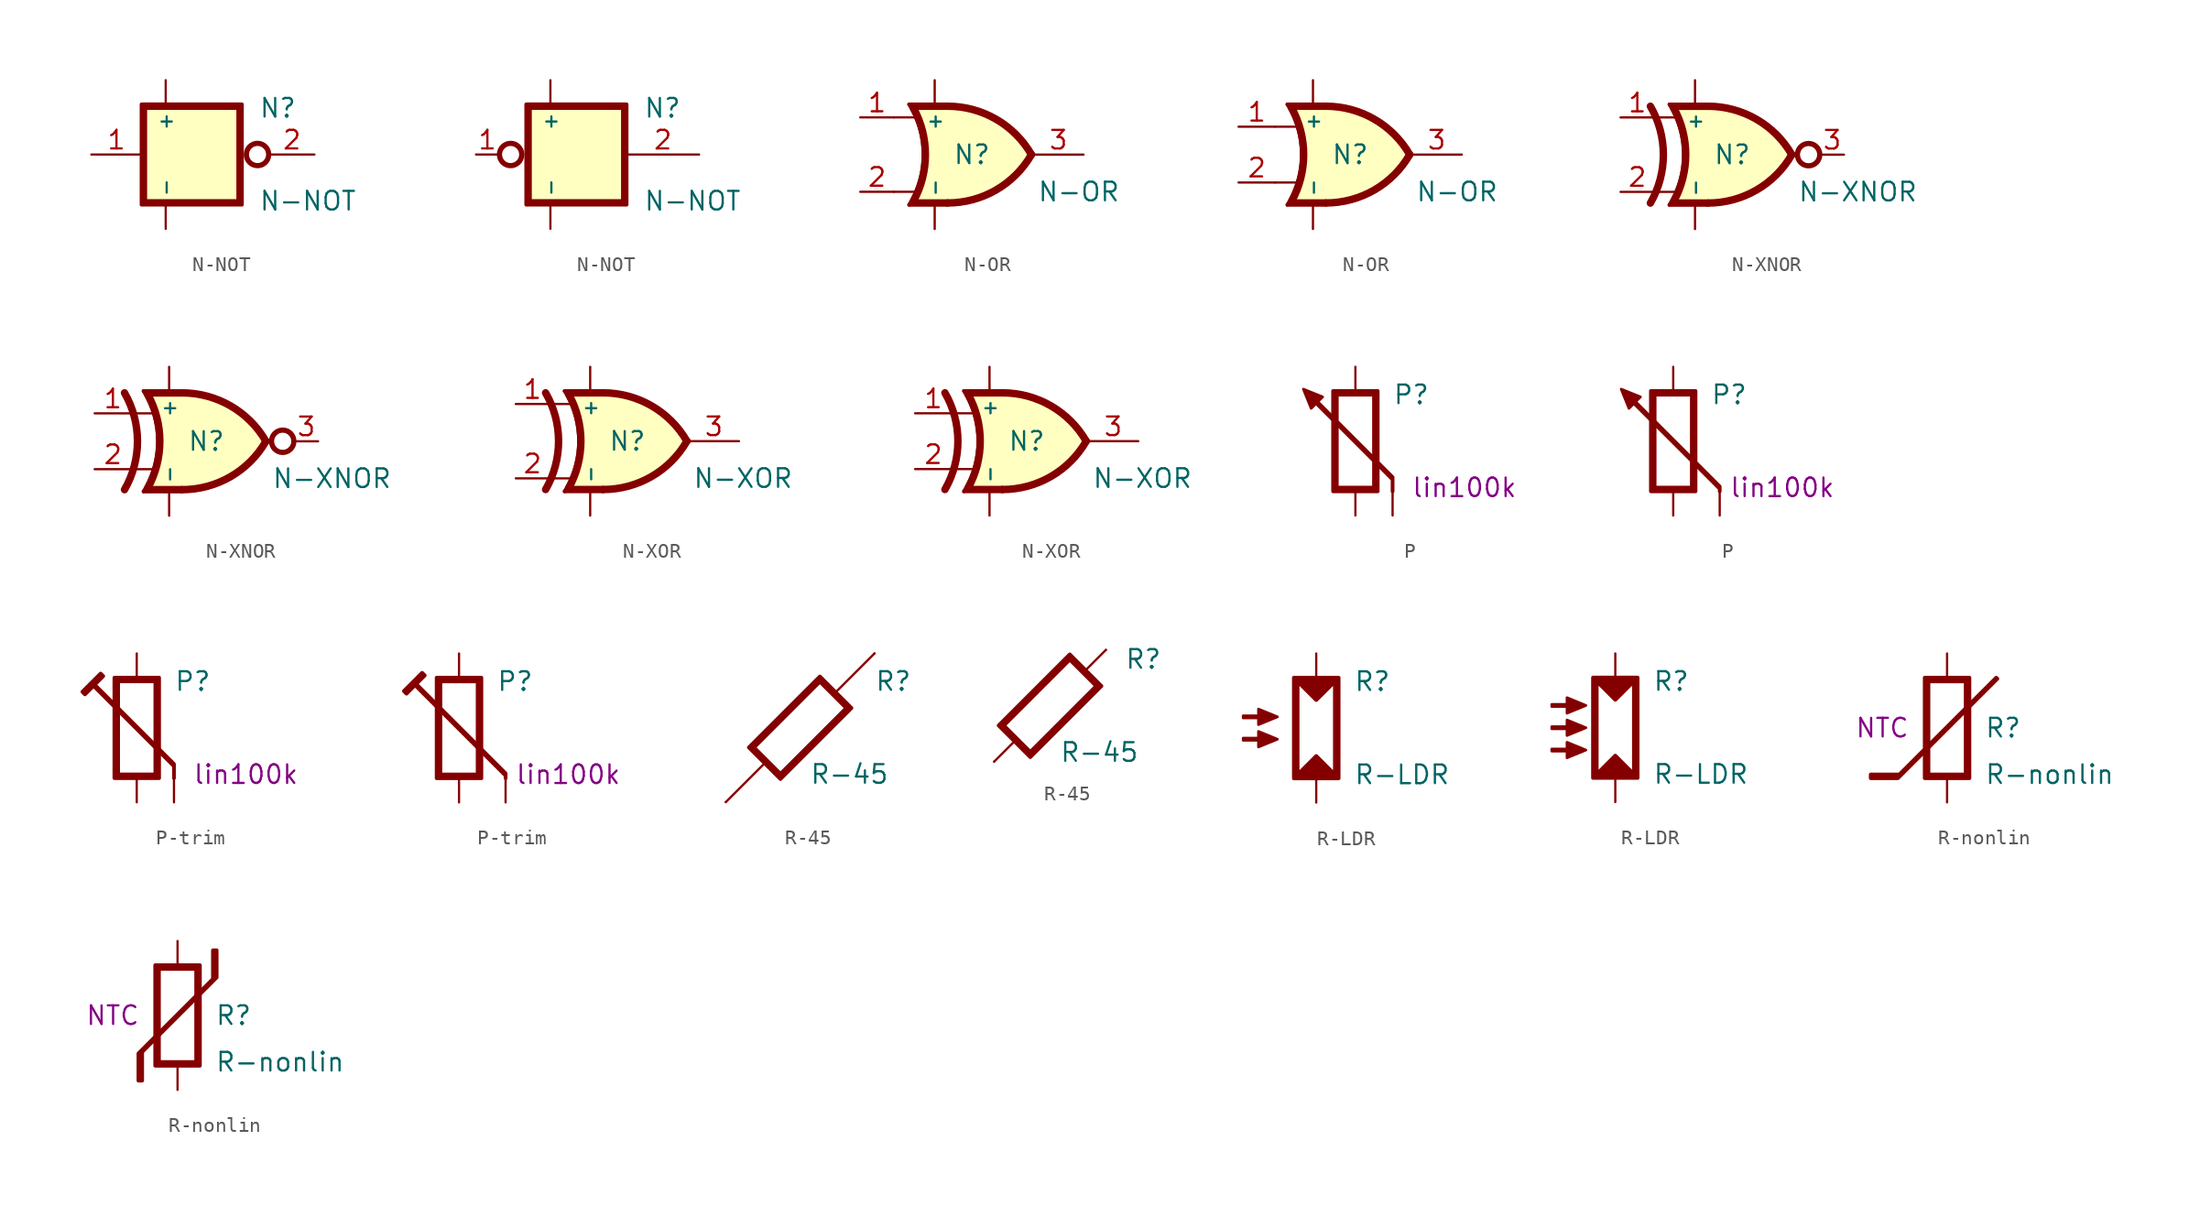
<source format=kicad_sym>
(kicad_symbol_lib
  (version 20211014)
  (generator kicad_symbol_editor)
  (symbol "N-NOT"
    (property "Reference" "N"
      (at 3.81 3.175 0)
      (effects (font (size 1.27 1.27)) (justify left)))
    (property "Value" "N-NOT"
      (at 3.81 -3.175 0)
      (effects (font (size 1.27 1.27)) (justify left)))
    (symbol "N-NOT_1_0"
      (rectangle (start -4.064 3.302) (end 2.54 -3.302) (stroke (width -0.051) (type default) (color 0 0 0 0)) (fill (type background)))
      (polyline (pts (xy -4.191 -3.429) (xy 2.667 -3.429) (xy 2.667 3.429) (xy -4.191 3.429) (xy -4.191 -3.429) (xy -3.937 -3.175) (xy -3.937 3.175) (xy 2.413 3.175) (xy 2.413 -3.175) (xy -3.937 -3.175) (xy -4.191 -3.429)) (stroke (width 0.254) (type default) (color 0 0 0 0)) (fill (type outline)))
      (pin power_in line (at -2.54 5.08 270) (length 1.651) (name "+" (effects (font (size 0.914 0.914)))) (number "3" (effects (font (size 0 0)))))
      (pin power_in line (at -2.54 -5.08 90) (length 1.651) (name "-" (effects (font (size 0.914 0.914)))) (number "4" (effects (font (size 0 0))))))
    (symbol "N-NOT_1_1"
      (circle (center 3.734 0) (radius 0.762) (stroke (width 0.356) (type default) (color 0 0 0 0)) (fill (type none)))
      (pin input line (at -7.62 0 0) (length 3.429) (name "A" (effects (font (size 0 0)))) (number "1" (effects (font (size 1.27 1.27)))))
      (pin output line (at 7.62 0 180) (length 3.073) (name "Y" (effects (font (size 0 0)))) (number "2" (effects (font (size 1.27 1.27))))))
    (symbol "N-NOT_1_2"
      (circle (center -5.258 0) (radius 0.762) (stroke (width 0.356) (type default) (color 0 0 0 0)) (fill (type none)))
      (pin input line (at -7.62 0 0) (length 1.549) (name "A" (effects (font (size 0 0)))) (number "1" (effects (font (size 1.27 1.27)))))
      (pin output line (at 7.62 0 180) (length 4.953) (name "Y" (effects (font (size 0 0)))) (number "2" (effects (font (size 1.27 1.27)))))))
  (symbol "N-OR"
    (property "Reference" "N"
      (at 0 0 0)
      (effects (font (size 1.27 1.27))))
    (property "Value" "N-OR"
      (at 4.445 -2.54 0)
      (effects (font (size 1.27 1.27)) (justify left)))
    (symbol "N-OR_1_0"
      (arc (start -4.2841 -3.429) (mid -3.302 0) (end -4.2841 3.429) (stroke (width 0.254) (type default) (color 0 0 0 0)) (fill (type none)))
      (arc (start -4.003 -3.2017) (mid -3.175 0) (end -4.003 3.2017) (stroke (width 0.508) (type default) (color 0 0 0 0)) (fill (type none)))
      (arc (start -1.6552 -3.302) (mid 1.6468 -2.4172) (end 4.064 0) (stroke (width 0.508) (type default) (color 0 0 0 0)) (fill (type background)))
      (polyline (pts (xy -4.284 -3.429) (xy -1.655 -3.429) (xy -1.655 -3.175) (xy -4.013 -3.175) (xy -4.284 -3.429)) (stroke (width 0.254) (type default) (color 0 0 0 0)) (fill (type outline)))
      (polyline (pts (xy -4.284 3.429) (xy -1.655 3.429) (xy -1.655 3.175) (xy -4.013 3.175) (xy -4.284 3.429)) (stroke (width 0.254) (type default) (color 0 0 0 0)) (fill (type outline)))
      (polyline (pts (xy -1.626 3.302) (xy -4.064 3.302) (xy -3.683 2.54) (xy -3.302 1.27) (xy -3.175 0) (xy -3.302 -1.27) (xy -3.683 -2.54) (xy -4.064 -3.302) (xy -1.626 -3.302) (xy -1.626 3.302)) (stroke (width -0.051) (type default) (color 0 0 0 0)) (fill (type background)))
      (arc (start 4.064 0) (mid 1.6468 2.4172) (end -1.6552 3.302) (stroke (width 0.508) (type default) (color 0 0 0 0)) (fill (type background)))
      (pin output line (at 7.62 0 180) (length 3.429) (name "Y" (effects (font (size 0 0)))) (number "3" (effects (font (size 1.27 1.27)))))
      (pin power_in line (at -2.54 5.08 270) (length 1.651) (name "+" (effects (font (size 0.914 0.914)))) (number "4" (effects (font (size 0 0)))))
      (pin power_in line (at -2.54 -5.08 90) (length 1.651) (name "-" (effects (font (size 0.914 0.914)))) (number "5" (effects (font (size 0 0))))))
    (symbol "N-OR_1_1"
      (polyline (pts (xy -5.334 -2.54) (xy -3.81 -2.54)) (stroke (width 0) (type default) (color 0 0 0 0)) (fill (type none)))
      (polyline (pts (xy -5.334 2.54) (xy -3.81 2.54)) (stroke (width 0) (type default) (color 0 0 0 0)) (fill (type none)))
      (pin input line (at -7.62 2.54 0) (length 2.286) (name "A" (effects (font (size 0 0)))) (number "1" (effects (font (size 1.27 1.27)))))
      (pin input line (at -7.62 -2.54 0) (length 2.286) (name "B" (effects (font (size 0 0)))) (number "2" (effects (font (size 1.27 1.27))))))
    (symbol "N-OR_1_2"
      (polyline (pts (xy -5.131 -1.905) (xy -3.607 -1.905)) (stroke (width 0) (type default) (color 0 0 0 0)) (fill (type none)))
      (polyline (pts (xy -5.131 1.905) (xy -3.607 1.905)) (stroke (width 0) (type default) (color 0 0 0 0)) (fill (type none)))
      (pin input line (at -7.62 1.905 0) (length 2.489) (name "A" (effects (font (size 0 0)))) (number "1" (effects (font (size 1.27 1.27)))))
      (pin input line (at -7.62 -1.905 0) (length 2.489) (name "B" (effects (font (size 0 0)))) (number "2" (effects (font (size 1.27 1.27)))))))
  (symbol "N-XNOR"
    (property "Reference" "N"
      (at 0 0 0)
      (effects (font (size 1.27 1.27))))
    (property "Value" "N-XNOR"
      (at 4.445 -2.54 0)
      (effects (font (size 1.27 1.27)) (justify left)))
    (symbol "N-XNOR_1_0"
      (arc (start -5.5838 -3.302) (mid -4.699 0) (end -5.5838 3.302) (stroke (width 0.508) (type default) (color 0 0 0 0)) (fill (type none)))
      (arc (start -4.2841 -3.429) (mid -3.302 0) (end -4.2841 3.429) (stroke (width 0.254) (type default) (color 0 0 0 0)) (fill (type none)))
      (arc (start -4.003 -3.2017) (mid -3.175 0) (end -4.003 3.2017) (stroke (width 0.508) (type default) (color 0 0 0 0)) (fill (type none)))
      (arc (start -1.6552 -3.302) (mid 1.6468 -2.4172) (end 4.064 0) (stroke (width 0.508) (type default) (color 0 0 0 0)) (fill (type background)))
      (polyline (pts (xy -4.284 -3.429) (xy -1.655 -3.429) (xy -1.655 -3.175) (xy -4.013 -3.175) (xy -4.284 -3.429)) (stroke (width 0.254) (type default) (color 0 0 0 0)) (fill (type outline)))
      (polyline (pts (xy -4.284 3.429) (xy -1.655 3.429) (xy -1.655 3.175) (xy -4.013 3.175) (xy -4.284 3.429)) (stroke (width 0.254) (type default) (color 0 0 0 0)) (fill (type outline)))
      (polyline (pts (xy -1.626 3.302) (xy -4.064 3.302) (xy -3.683 2.54) (xy -3.302 1.27) (xy -3.175 0) (xy -3.302 -1.27) (xy -3.683 -2.54) (xy -4.064 -3.302) (xy -1.626 -3.302) (xy -1.626 3.302)) (stroke (width -0.051) (type default) (color 0 0 0 0)) (fill (type background)))
      (arc (start 4.064 0) (mid 1.6468 2.4172) (end -1.6552 3.302) (stroke (width 0.508) (type default) (color 0 0 0 0)) (fill (type background)))
      (circle (center 5.207 0) (radius 0.762) (stroke (width 0.356) (type default) (color 0 0 0 0)) (fill (type none)))
      (pin output line (at 7.62 0 180) (length 1.6) (name "Y" (effects (font (size 0 0)))) (number "3" (effects (font (size 1.27 1.27)))))
      (pin power_in line (at -2.54 5.08 270) (length 1.651) (name "+" (effects (font (size 0.914 0.914)))) (number "4" (effects (font (size 0 0)))))
      (pin power_in line (at -2.54 -5.08 90) (length 1.651) (name "-" (effects (font (size 0.914 0.914)))) (number "5" (effects (font (size 0 0))))))
    (symbol "N-XNOR_1_1"
      (polyline (pts (xy -5.334 -2.54) (xy -3.81 -2.54)) (stroke (width 0) (type default) (color 0 0 0 0)) (fill (type none)))
      (polyline (pts (xy -5.334 2.54) (xy -3.81 2.54)) (stroke (width 0) (type default) (color 0 0 0 0)) (fill (type none)))
      (pin input line (at -7.62 2.54 0) (length 2.286) (name "A" (effects (font (size 0 0)))) (number "1" (effects (font (size 1.27 1.27)))))
      (pin input line (at -7.62 -2.54 0) (length 2.286) (name "B" (effects (font (size 0 0)))) (number "2" (effects (font (size 1.27 1.27))))))
    (symbol "N-XNOR_1_2"
      (polyline (pts (xy -5.131 -1.905) (xy -3.607 -1.905)) (stroke (width 0) (type default) (color 0 0 0 0)) (fill (type none)))
      (polyline (pts (xy -5.131 1.905) (xy -3.607 1.905)) (stroke (width 0) (type default) (color 0 0 0 0)) (fill (type none)))
      (pin input line (at -7.62 1.905 0) (length 2.489) (name "A" (effects (font (size 0 0)))) (number "1" (effects (font (size 1.27 1.27)))))
      (pin input line (at -7.62 -1.905 0) (length 2.489) (name "B" (effects (font (size 0 0)))) (number "2" (effects (font (size 1.27 1.27)))))))
  (symbol "N-XOR"
    (property "Reference" "N"
      (at 0 0 0)
      (effects (font (size 1.27 1.27))))
    (property "Value" "N-XOR"
      (at 4.445 -2.54 0)
      (effects (font (size 1.27 1.27)) (justify left)))
    (symbol "N-XOR_1_0"
      (arc (start -5.5838 -3.302) (mid -4.699 0) (end -5.5838 3.302) (stroke (width 0.508) (type default) (color 0 0 0 0)) (fill (type none)))
      (arc (start -4.2841 -3.429) (mid -3.302 0) (end -4.2841 3.429) (stroke (width 0.254) (type default) (color 0 0 0 0)) (fill (type none)))
      (arc (start -4.003 -3.2017) (mid -3.175 0) (end -4.003 3.2017) (stroke (width 0.508) (type default) (color 0 0 0 0)) (fill (type none)))
      (arc (start -1.6552 -3.302) (mid 1.6468 -2.4172) (end 4.064 0) (stroke (width 0.508) (type default) (color 0 0 0 0)) (fill (type background)))
      (polyline (pts (xy -4.284 -3.429) (xy -1.655 -3.429) (xy -1.655 -3.175) (xy -4.013 -3.175) (xy -4.284 -3.429)) (stroke (width 0.254) (type default) (color 0 0 0 0)) (fill (type outline)))
      (polyline (pts (xy -4.284 3.429) (xy -1.655 3.429) (xy -1.655 3.175) (xy -4.013 3.175) (xy -4.284 3.429)) (stroke (width 0.254) (type default) (color 0 0 0 0)) (fill (type outline)))
      (polyline (pts (xy -1.626 3.302) (xy -4.064 3.302) (xy -3.683 2.54) (xy -3.302 1.27) (xy -3.175 0) (xy -3.302 -1.27) (xy -3.683 -2.54) (xy -4.064 -3.302) (xy -1.626 -3.302) (xy -1.626 3.302)) (stroke (width -0.051) (type default) (color 0 0 0 0)) (fill (type background)))
      (arc (start 4.064 0) (mid 1.6468 2.4172) (end -1.6552 3.302) (stroke (width 0.508) (type default) (color 0 0 0 0)) (fill (type background)))
      (pin output line (at 7.62 0 180) (length 3.429) (name "Y" (effects (font (size 0 0)))) (number "3" (effects (font (size 1.27 1.27)))))
      (pin power_in line (at -2.54 5.08 270) (length 1.651) (name "+" (effects (font (size 0.914 0.914)))) (number "4" (effects (font (size 0 0)))))
      (pin power_in line (at -2.54 -5.08 90) (length 1.651) (name "-" (effects (font (size 0.914 0.914)))) (number "5" (effects (font (size 0 0))))))
    (symbol "N-XOR_1_1"
      (polyline (pts (xy -5.334 -2.54) (xy -3.81 -2.54)) (stroke (width 0) (type default) (color 0 0 0 0)) (fill (type none)))
      (polyline (pts (xy -5.334 2.54) (xy -3.81 2.54)) (stroke (width 0) (type default) (color 0 0 0 0)) (fill (type none)))
      (pin input line (at -7.62 2.54 0) (length 2.286) (name "A" (effects (font (size 0 0)))) (number "1" (effects (font (size 1.27 1.27)))))
      (pin input line (at -7.62 -2.54 0) (length 2.286) (name "B" (effects (font (size 0 0)))) (number "2" (effects (font (size 1.27 1.27))))))
    (symbol "N-XOR_1_2"
      (polyline (pts (xy -5.131 -1.905) (xy -3.607 -1.905)) (stroke (width 0) (type default) (color 0 0 0 0)) (fill (type none)))
      (polyline (pts (xy -5.131 1.905) (xy -3.607 1.905)) (stroke (width 0) (type default) (color 0 0 0 0)) (fill (type none)))
      (pin input line (at -7.62 1.905 0) (length 2.489) (name "A" (effects (font (size 0 0)))) (number "1" (effects (font (size 1.27 1.27)))))
      (pin input line (at -7.62 -1.905 0) (length 2.489) (name "B" (effects (font (size 0 0)))) (number "2" (effects (font (size 1.27 1.27)))))))
  (symbol "P"
    (pin_numbers hide)
    (pin_names
      (offset 0) hide)
    (property "Reference" "P"
      (at 2.54 3.175 0)
      (effects (font (size 1.27 1.27)) (justify left)))
    (property "Spice_Model" "lin100k"
      (at 3.81 -3.175 0)
      (effects (font (size 1.27 1.27)) (justify left)))
    (symbol "P_1_1"
      (polyline (pts (xy -3.556 3.556) (xy -2.235 3.023) (xy -3.023 2.235) (xy -3.556 3.556)) (stroke (width 0.178) (type default) (color 0 0 0 0)) (fill (type outline)))
      (polyline (pts (xy 2.54 -2.616) (xy -2.946 2.87) (xy -2.87 2.946) (xy 2.54 -2.464) (xy 2.54 -3.429)) (stroke (width 0.254) (type default) (color 0 0 0 0)) (fill (type outline)))
      (polyline (pts (xy -1.524 -3.429) (xy 1.524 -3.429) (xy 1.524 3.429) (xy -1.524 3.429) (xy -1.524 -3.429) (xy -1.27 -3.175) (xy -1.27 3.175) (xy 1.27 3.175) (xy 1.27 -3.175) (xy -1.27 -3.175) (xy -1.524 -3.429)) (stroke (width 0.254) (type default) (color 0 0 0 0)) (fill (type outline)))
      (pin passive line (at 0 -5.08 90) (length 1.651) (name "a" (effects (font (size 1.27 1.27)))) (number "1" (effects (font (size 1.27 1.27)))))
      (pin passive line (at 2.54 -5.08 90) (length 1.651) (name "b" (effects (font (size 1.27 1.27)))) (number "2" (effects (font (size 1.27 1.27)))))
      (pin passive line (at 0 5.08 270) (length 1.651) (name "c" (effects (font (size 1.27 1.27)))) (number "3" (effects (font (size 1.27 1.27))))))
    (symbol "P_1_2"
      (polyline (pts (xy -3.556 3.556) (xy -2.235 3.023) (xy -3.023 2.235) (xy -3.556 3.556)) (stroke (width 0.178) (type default) (color 0 0 0 0)) (fill (type outline)))
      (polyline (pts (xy 3.175 -3.251) (xy -2.997 2.921) (xy -2.921 2.997) (xy 3.175 -3.099) (xy 3.175 -3.429)) (stroke (width 0.254) (type default) (color 0 0 0 0)) (fill (type outline)))
      (polyline (pts (xy -1.524 -3.429) (xy 1.524 -3.429) (xy 1.524 3.429) (xy -1.524 3.429) (xy -1.524 -3.429) (xy -1.27 -3.175) (xy -1.27 3.175) (xy 1.27 3.175) (xy 1.27 -3.175) (xy -1.27 -3.175) (xy -1.524 -3.429)) (stroke (width 0.254) (type default) (color 0 0 0 0)) (fill (type outline)))
      (pin passive line (at 0 -5.08 90) (length 1.651) (name "a" (effects (font (size 1.27 1.27)))) (number "1" (effects (font (size 1.27 1.27)))))
      (pin passive line (at 3.175 -5.08 90) (length 1.651) (name "b" (effects (font (size 1.27 1.27)))) (number "2" (effects (font (size 1.27 1.27)))))
      (pin passive line (at 0 5.08 270) (length 1.651) (name "c" (effects (font (size 1.27 1.27)))) (number "3" (effects (font (size 1.27 1.27)))))))
  (symbol "P-trim"
    (pin_numbers hide)
    (pin_names
      (offset 0) hide)
    (property "Reference" "P"
      (at 2.54 3.175 0)
      (effects (font (size 1.27 1.27)) (justify left)))
    (property "Spice_Model" "lin100k"
      (at 3.81 -3.175 0)
      (effects (font (size 1.27 1.27)) (justify left)))
    (symbol "P-trim_1_1"
      (polyline (pts (xy 2.54 -2.616) (xy -2.946 2.87) (xy -3.531 2.286) (xy -3.708 2.464) (xy -2.464 3.708) (xy -2.286 3.531) (xy -2.87 2.946) (xy 2.54 -2.464) (xy 2.54 -3.429)) (stroke (width 0.254) (type default) (color 0 0 0 0)) (fill (type outline)))
      (polyline (pts (xy -1.524 -3.429) (xy 1.524 -3.429) (xy 1.524 3.429) (xy -1.524 3.429) (xy -1.524 -3.429) (xy -1.27 -3.175) (xy -1.27 3.175) (xy 1.27 3.175) (xy 1.27 -3.175) (xy -1.27 -3.175) (xy -1.524 -3.429)) (stroke (width 0.254) (type default) (color 0 0 0 0)) (fill (type outline)))
      (pin passive line (at 0 -5.08 90) (length 1.651) (name "a" (effects (font (size 1.27 1.27)))) (number "1" (effects (font (size 1.27 1.27)))))
      (pin passive line (at 2.54 -5.08 90) (length 1.651) (name "b" (effects (font (size 1.27 1.27)))) (number "2" (effects (font (size 1.27 1.27)))))
      (pin passive line (at 0 5.08 270) (length 1.651) (name "c" (effects (font (size 1.27 1.27)))) (number "3" (effects (font (size 1.27 1.27))))))
    (symbol "P-trim_1_2"
      (polyline (pts (xy 3.175 -3.251) (xy -2.997 2.921) (xy -3.581 2.337) (xy -3.759 2.515) (xy -2.515 3.759) (xy -2.337 3.581) (xy -2.921 2.997) (xy 3.175 -3.099) (xy 3.175 -3.429)) (stroke (width 0.254) (type default) (color 0 0 0 0)) (fill (type outline)))
      (polyline (pts (xy -1.524 -3.429) (xy 1.524 -3.429) (xy 1.524 3.429) (xy -1.524 3.429) (xy -1.524 -3.429) (xy -1.27 -3.175) (xy -1.27 3.175) (xy 1.27 3.175) (xy 1.27 -3.175) (xy -1.27 -3.175) (xy -1.524 -3.429)) (stroke (width 0.254) (type default) (color 0 0 0 0)) (fill (type outline)))
      (pin passive line (at 0 -5.08 90) (length 1.651) (name "a" (effects (font (size 1.27 1.27)))) (number "1" (effects (font (size 1.27 1.27)))))
      (pin passive line (at 3.175 -5.08 90) (length 1.651) (name "b" (effects (font (size 1.27 1.27)))) (number "2" (effects (font (size 1.27 1.27)))))
      (pin passive line (at 0 5.08 270) (length 1.651) (name "c" (effects (font (size 1.27 1.27)))) (number "3" (effects (font (size 1.27 1.27)))))))
  (symbol "R-45"
    (pin_numbers hide)
    (pin_names
      (offset 0) hide)
    (property "Reference" "R"
      (at 5.08 3.175 0)
      (effects (font (size 1.27 1.27)) (justify left)))
    (property "Value" "R-45"
      (at 0.635 -3.175 0)
      (effects (font (size 1.27 1.27)) (justify left)))
    (symbol "R-45_1_0"
      (polyline (pts (xy -1.346 -3.505) (xy -3.505 -1.346) (xy 1.346 3.505) (xy 3.505 1.346) (xy -1.346 -3.505) (xy -1.346 -3.15) (xy 3.15 1.346) (xy 1.346 3.15) (xy -3.15 -1.346) (xy -1.346 -3.15) (xy -1.346 -3.505)) (stroke (width 0.254) (type default) (color 0 0 0 0)) (fill (type outline))))
    (symbol "R-45_1_1"
      (polyline (pts (xy -2.438 -2.438) (xy -5.08 -5.08)) (stroke (width 0) (type default) (color 0 0 0 0)) (fill (type none)))
      (polyline (pts (xy 5.08 5.08) (xy 2.438 2.438)) (stroke (width 0) (type default) (color 0 0 0 0)) (fill (type none)))
      (pin passive line (at 5.08 5.08 270) (length 0) (name "+" (effects (font (size 1.27 1.27)))) (number "1" (effects (font (size 1.27 1.27)))))
      (pin passive line (at -5.08 -5.08 90) (length 0) (name "-" (effects (font (size 1.27 1.27)))) (number "2" (effects (font (size 1.27 1.27))))))
    (symbol "R-45_1_2"
      (polyline (pts (xy -2.438 -2.438) (xy -3.81 -3.81)) (stroke (width 0) (type default) (color 0 0 0 0)) (fill (type none)))
      (polyline (pts (xy 3.81 3.81) (xy 2.438 2.438)) (stroke (width 0) (type default) (color 0 0 0 0)) (fill (type none)))
      (pin passive line (at 3.81 3.81 270) (length 0) (name "+" (effects (font (size 1.27 1.27)))) (number "1" (effects (font (size 1.27 1.27)))))
      (pin passive line (at -3.81 -3.81 90) (length 0) (name "-" (effects (font (size 1.27 1.27)))) (number "2" (effects (font (size 1.27 1.27)))))))
  (symbol "R-LDR"
    (pin_numbers hide)
    (pin_names
      (offset 0) hide)
    (property "Reference" "R"
      (at 2.54 3.175 0)
      (effects (font (size 1.27 1.27)) (justify left)))
    (property "Value" "R-LDR"
      (at 2.54 -3.175 0)
      (effects (font (size 1.27 1.27)) (justify left)))
    (symbol "R-LDR_1_0"
      (polyline (pts (xy -1.524 -3.429) (xy 1.524 -3.429) (xy 1.524 3.429) (xy -1.524 3.429) (xy -1.524 -3.429) (xy -1.27 -3.175) (xy -1.27 3.175) (xy 0 1.905) (xy 1.27 3.175) (xy 1.27 -3.175) (xy 0 -1.905) (xy -1.27 -3.175) (xy -1.524 -3.429)) (stroke (width 0.254) (type default) (color 0 0 0 0)) (fill (type outline)))
      (pin passive line (at 0 5.08 270) (length 1.651) (name "+" (effects (font (size 1.27 1.27)))) (number "1" (effects (font (size 1.27 1.27)))))
      (pin passive line (at 0 -5.08 90) (length 1.651) (name "-" (effects (font (size 1.27 1.27)))) (number "2" (effects (font (size 1.27 1.27))))))
    (symbol "R-LDR_1_1"
      (polyline (pts (xy -2.642 -0.762) (xy -3.937 -0.229) (xy -3.937 -0.686) (xy -4.978 -0.686) (xy -4.978 -0.838) (xy -3.937 -0.838) (xy -3.937 -1.295) (xy -2.642 -0.762)) (stroke (width 0.178) (type default) (color 0 0 0 0)) (fill (type outline)))
      (polyline (pts (xy -2.642 0.762) (xy -3.937 1.295) (xy -3.937 0.838) (xy -4.978 0.838) (xy -4.978 0.686) (xy -3.937 0.686) (xy -3.937 0.229) (xy -2.642 0.762)) (stroke (width 0.178) (type default) (color 0 0 0 0)) (fill (type outline))))
    (symbol "R-LDR_1_2"
      (polyline (pts (xy -2.007 -1.524) (xy -3.302 -0.991) (xy -3.302 -1.448) (xy -4.343 -1.448) (xy -4.343 -1.6) (xy -3.302 -1.6) (xy -3.302 -2.057) (xy -2.007 -1.524)) (stroke (width 0.178) (type default) (color 0 0 0 0)) (fill (type outline)))
      (polyline (pts (xy -2.007 0) (xy -3.302 0.533) (xy -3.302 0.076) (xy -4.343 0.076) (xy -4.343 -0.076) (xy -3.302 -0.076) (xy -3.302 -0.533) (xy -2.007 0)) (stroke (width 0.178) (type default) (color 0 0 0 0)) (fill (type outline)))
      (polyline (pts (xy -2.007 1.524) (xy -3.302 2.057) (xy -3.302 1.6) (xy -4.343 1.6) (xy -4.343 1.448) (xy -3.302 1.448) (xy -3.302 0.991) (xy -2.007 1.524)) (stroke (width 0.178) (type default) (color 0 0 0 0)) (fill (type outline)))))
  (symbol "R-nonlin"
    (pin_numbers hide)
    (pin_names
      (offset 0) hide)
    (property "Reference" "R"
      (at 2.54 0 0)
      (effects (font (size 1.27 1.27)) (justify left)))
    (property "Value" "R-nonlin"
      (at 2.54 -3.175 0)
      (effects (font (size 1.27 1.27)) (justify left)))
    (property "Rating" "NTC"
      (at -2.54 0 0)
      (effects (font (size 1.27 1.27)) (justify right)))
    (symbol "R-nonlin_1_0"
      (polyline (pts (xy -1.524 -3.429) (xy 1.524 -3.429) (xy 1.524 3.429) (xy -1.524 3.429) (xy -1.524 -3.429) (xy -1.27 -3.175) (xy -1.27 3.175) (xy 1.27 3.175) (xy 1.27 -3.175) (xy -1.27 -3.175) (xy -1.524 -3.429)) (stroke (width 0.254) (type default) (color 0 0 0 0)) (fill (type outline)))
      (pin passive line (at 0 5.08 270) (length 1.651) (name "+" (effects (font (size 1.27 1.27)))) (number "1" (effects (font (size 1.27 1.27)))))
      (pin passive line (at 0 -5.08 90) (length 1.651) (name "-" (effects (font (size 1.27 1.27)))) (number "2" (effects (font (size 1.27 1.27))))))
    (symbol "R-nonlin_1_1"
      (polyline (pts (xy -5.207 -3.429) (xy -3.353 -3.429) (xy 3.429 3.353) (xy 3.353 3.429) (xy -3.251 -3.175) (xy -5.207 -3.175) (xy -5.207 -3.429)) (stroke (width 0.254) (type default) (color 0 0 0 0)) (fill (type outline))))
    (symbol "R-nonlin_1_2"
      (polyline (pts (xy 2.667 4.445) (xy 2.667 2.591) (xy -2.413 -2.489) (xy -2.413 -4.445) (xy -2.667 -4.445) (xy -2.667 -2.591) (xy 2.413 2.489) (xy 2.413 4.445) (xy 2.667 4.445)) (stroke (width 0.254) (type default) (color 0 0 0 0)) (fill (type outline))))))
</source>
